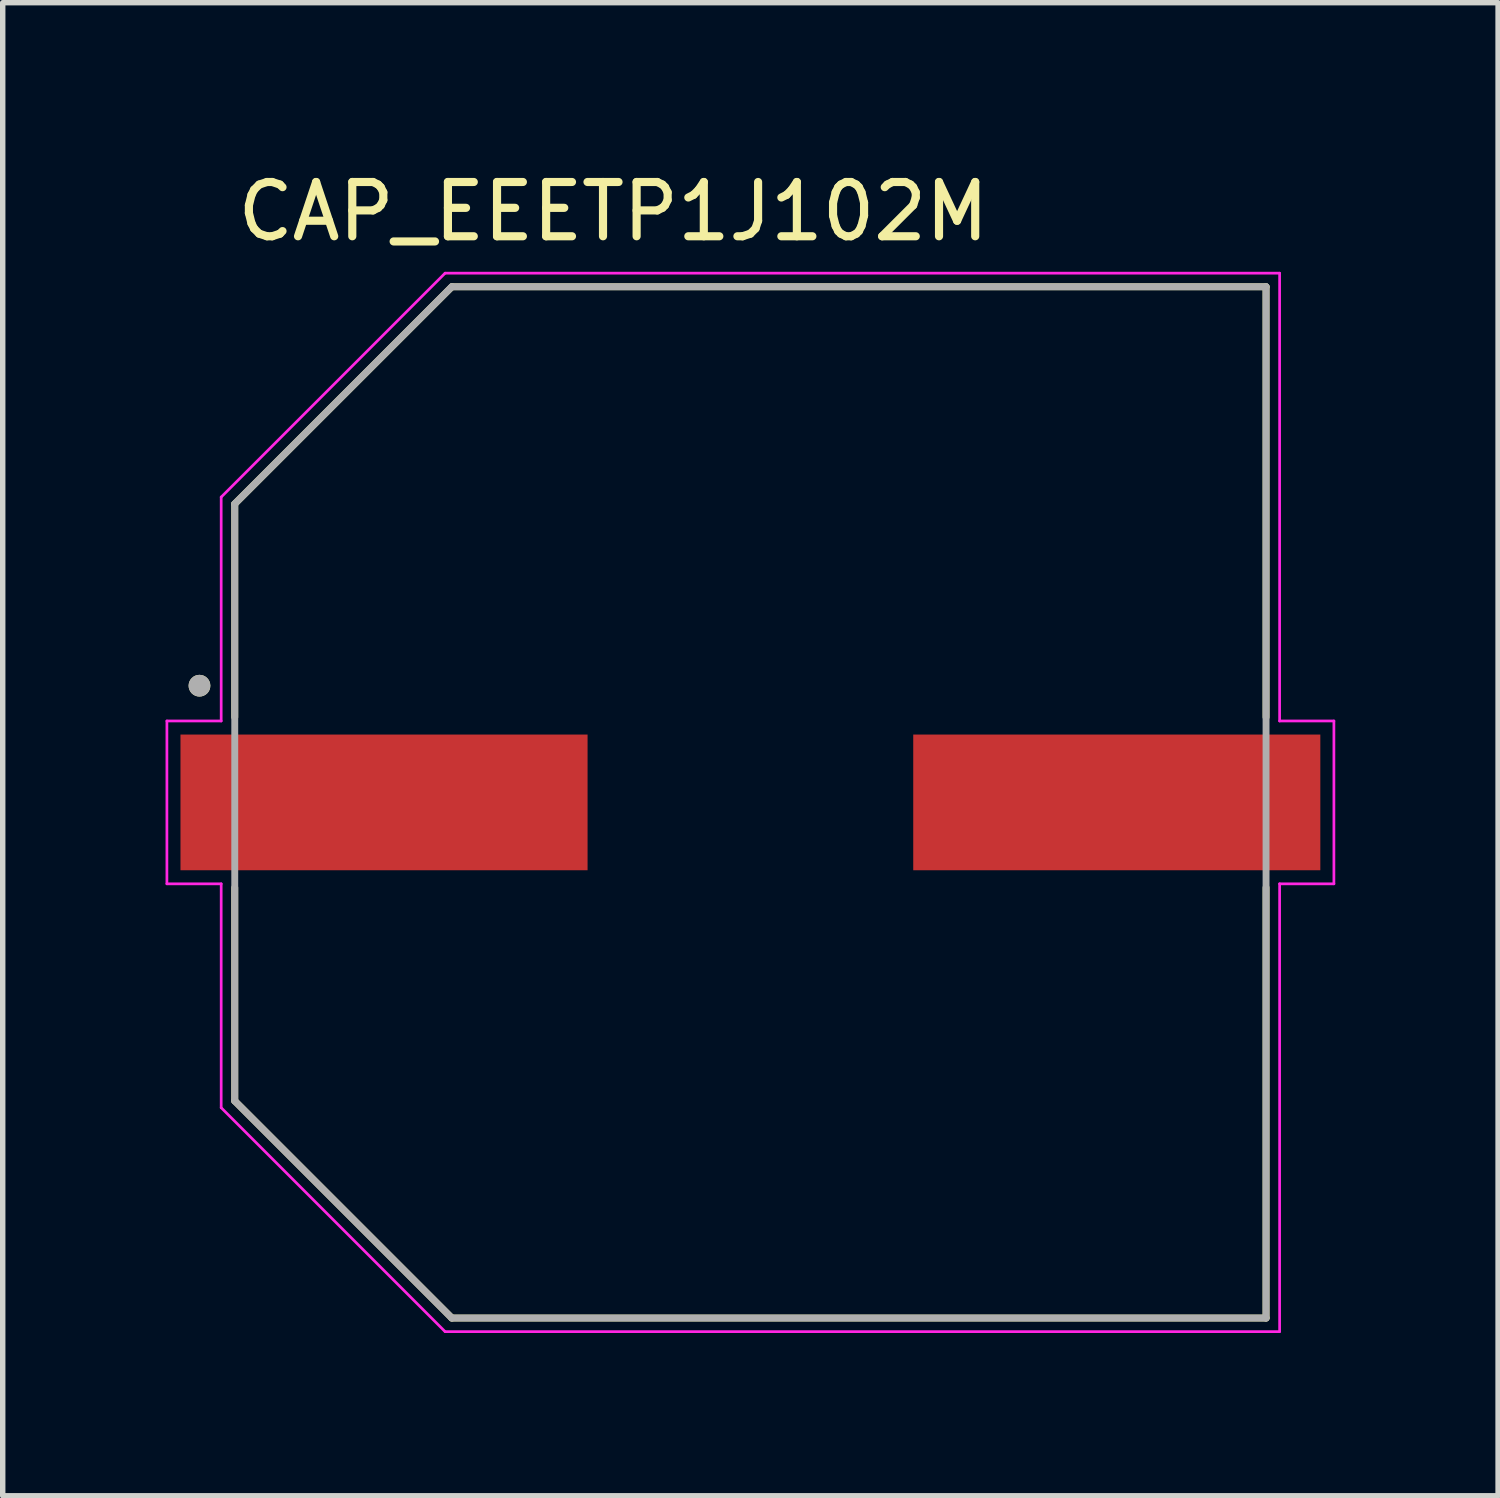
<source format=kicad_pcb>
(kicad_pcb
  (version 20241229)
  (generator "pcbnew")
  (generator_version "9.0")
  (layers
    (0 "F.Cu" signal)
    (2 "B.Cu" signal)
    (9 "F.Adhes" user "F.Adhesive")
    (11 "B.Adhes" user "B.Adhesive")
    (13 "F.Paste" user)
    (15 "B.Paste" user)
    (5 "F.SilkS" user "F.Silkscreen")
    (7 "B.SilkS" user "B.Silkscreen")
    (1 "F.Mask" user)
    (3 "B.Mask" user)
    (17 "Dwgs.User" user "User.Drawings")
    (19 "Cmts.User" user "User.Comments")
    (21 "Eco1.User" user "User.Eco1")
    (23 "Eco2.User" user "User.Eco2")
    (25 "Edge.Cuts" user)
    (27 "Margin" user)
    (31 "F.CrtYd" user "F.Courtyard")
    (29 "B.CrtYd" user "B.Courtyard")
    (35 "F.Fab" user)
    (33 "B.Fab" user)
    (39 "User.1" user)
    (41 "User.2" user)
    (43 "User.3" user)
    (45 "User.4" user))
  (footprint "CAP_EEETP1J102M"
    (layer "F.Cu")
    (at 10.775 11.733)
    (property "Reference" "CAP_EEETP1J102M" (at -2.525 -10.885 0) (layer "F.SilkS") (effects (font (size 1 1) (thickness 0.15))))
    (attr through_hole)
    (fp_line (start -9.5 -5.5) (end -9.5 -1.57) (stroke (width 0.127) (type solid)) (layer "F.SilkS"))
    (fp_line (start -9.5 1.57) (end -9.5 5.5) (stroke (width 0.127) (type solid)) (layer "F.SilkS"))
    (fp_line (start -9.5 5.5) (end -5.5 9.5) (stroke (width 0.127) (type solid)) (layer "F.SilkS"))
    (fp_line (start -5.5 -9.5) (end -9.5 -5.5) (stroke (width 0.127) (type solid)) (layer "F.SilkS"))
    (fp_line (start -5.5 9.5) (end 9.5 9.5) (stroke (width 0.127) (type solid)) (layer "F.SilkS"))
    (fp_line (start 9.5 -9.5) (end -5.5 -9.5) (stroke (width 0.127) (type solid)) (layer "F.SilkS"))
    (fp_line (start 9.5 -1.57) (end 9.5 -9.5) (stroke (width 0.127) (type solid)) (layer "F.SilkS"))
    (fp_line (start 9.5 9.5) (end 9.5 1.57) (stroke (width 0.127) (type solid)) (layer "F.SilkS"))
    (fp_circle (center -10.15 -2.15) (end -10.05 -2.15) (stroke (width 0.2) (type solid)) (fill no) (layer "F.SilkS"))
    (fp_line (start -10.75 -1.5) (end -9.75 -1.5) (stroke (width 0.05) (type solid)) (layer "F.CrtYd"))
    (fp_line (start -10.75 1.5) (end -10.75 -1.5) (stroke (width 0.05) (type solid)) (layer "F.CrtYd"))
    (fp_line (start -9.75 -5.625) (end -5.625 -9.75) (stroke (width 0.05) (type solid)) (layer "F.CrtYd"))
    (fp_line (start -9.75 -1.5) (end -9.75 -5.625) (stroke (width 0.05) (type solid)) (layer "F.CrtYd"))
    (fp_line (start -9.75 1.5) (end -10.75 1.5) (stroke (width 0.05) (type solid)) (layer "F.CrtYd"))
    (fp_line (start -9.75 5.625) (end -9.75 1.5) (stroke (width 0.05) (type solid)) (layer "F.CrtYd"))
    (fp_line (start -5.625 -9.75) (end 9.75 -9.75) (stroke (width 0.05) (type solid)) (layer "F.CrtYd"))
    (fp_line (start -5.625 9.75) (end -9.75 5.625) (stroke (width 0.05) (type solid)) (layer "F.CrtYd"))
    (fp_line (start 9.75 -9.75) (end 9.75 -1.5) (stroke (width 0.05) (type solid)) (layer "F.CrtYd"))
    (fp_line (start 9.75 -1.5) (end 10.75 -1.5) (stroke (width 0.05) (type solid)) (layer "F.CrtYd"))
    (fp_line (start 9.75 1.5) (end 9.75 9.75) (stroke (width 0.05) (type solid)) (layer "F.CrtYd"))
    (fp_line (start 9.75 9.75) (end -5.625 9.75) (stroke (width 0.05) (type solid)) (layer "F.CrtYd"))
    (fp_line (start 10.75 -1.5) (end 10.75 1.5) (stroke (width 0.05) (type solid)) (layer "F.CrtYd"))
    (fp_line (start 10.75 1.5) (end 9.75 1.5) (stroke (width 0.05) (type solid)) (layer "F.CrtYd"))
    (fp_line (start -9.5 -5.5) (end -9.5 5.5) (stroke (width 0.127) (type solid)) (layer "F.Fab"))
    (fp_line (start -9.5 5.5) (end -5.5 9.5) (stroke (width 0.127) (type solid)) (layer "F.Fab"))
    (fp_line (start -5.5 -9.5) (end -9.5 -5.5) (stroke (width 0.127) (type solid)) (layer "F.Fab"))
    (fp_line (start -5.5 9.5) (end 9.5 9.5) (stroke (width 0.127) (type solid)) (layer "F.Fab"))
    (fp_line (start 9.5 -9.5) (end -5.5 -9.5) (stroke (width 0.127) (type solid)) (layer "F.Fab"))
    (fp_line (start 9.5 9.5) (end 9.5 -9.5) (stroke (width 0.127) (type solid)) (layer "F.Fab"))
    (fp_circle (center -10.15 -2.15) (end -10.05 -2.15) (stroke (width 0.2) (type solid)) (fill no) (layer "F.Fab"))
    (pad "1" smd rect (at -6.75 0) (size 7.5 2.5) (layers "F.Cu" "F.Mask" "F.Paste"))
    (pad "2" smd rect (at 6.75 0) (size 7.5 2.5) (layers "F.Cu" "F.Mask" "F.Paste")))
  (gr_rect
    (start -3 -3)
    (end 24.55 24.508)
    (stroke (width 0.1) (type default))
    (fill no)
    (layer "Edge.Cuts")))
</source>
